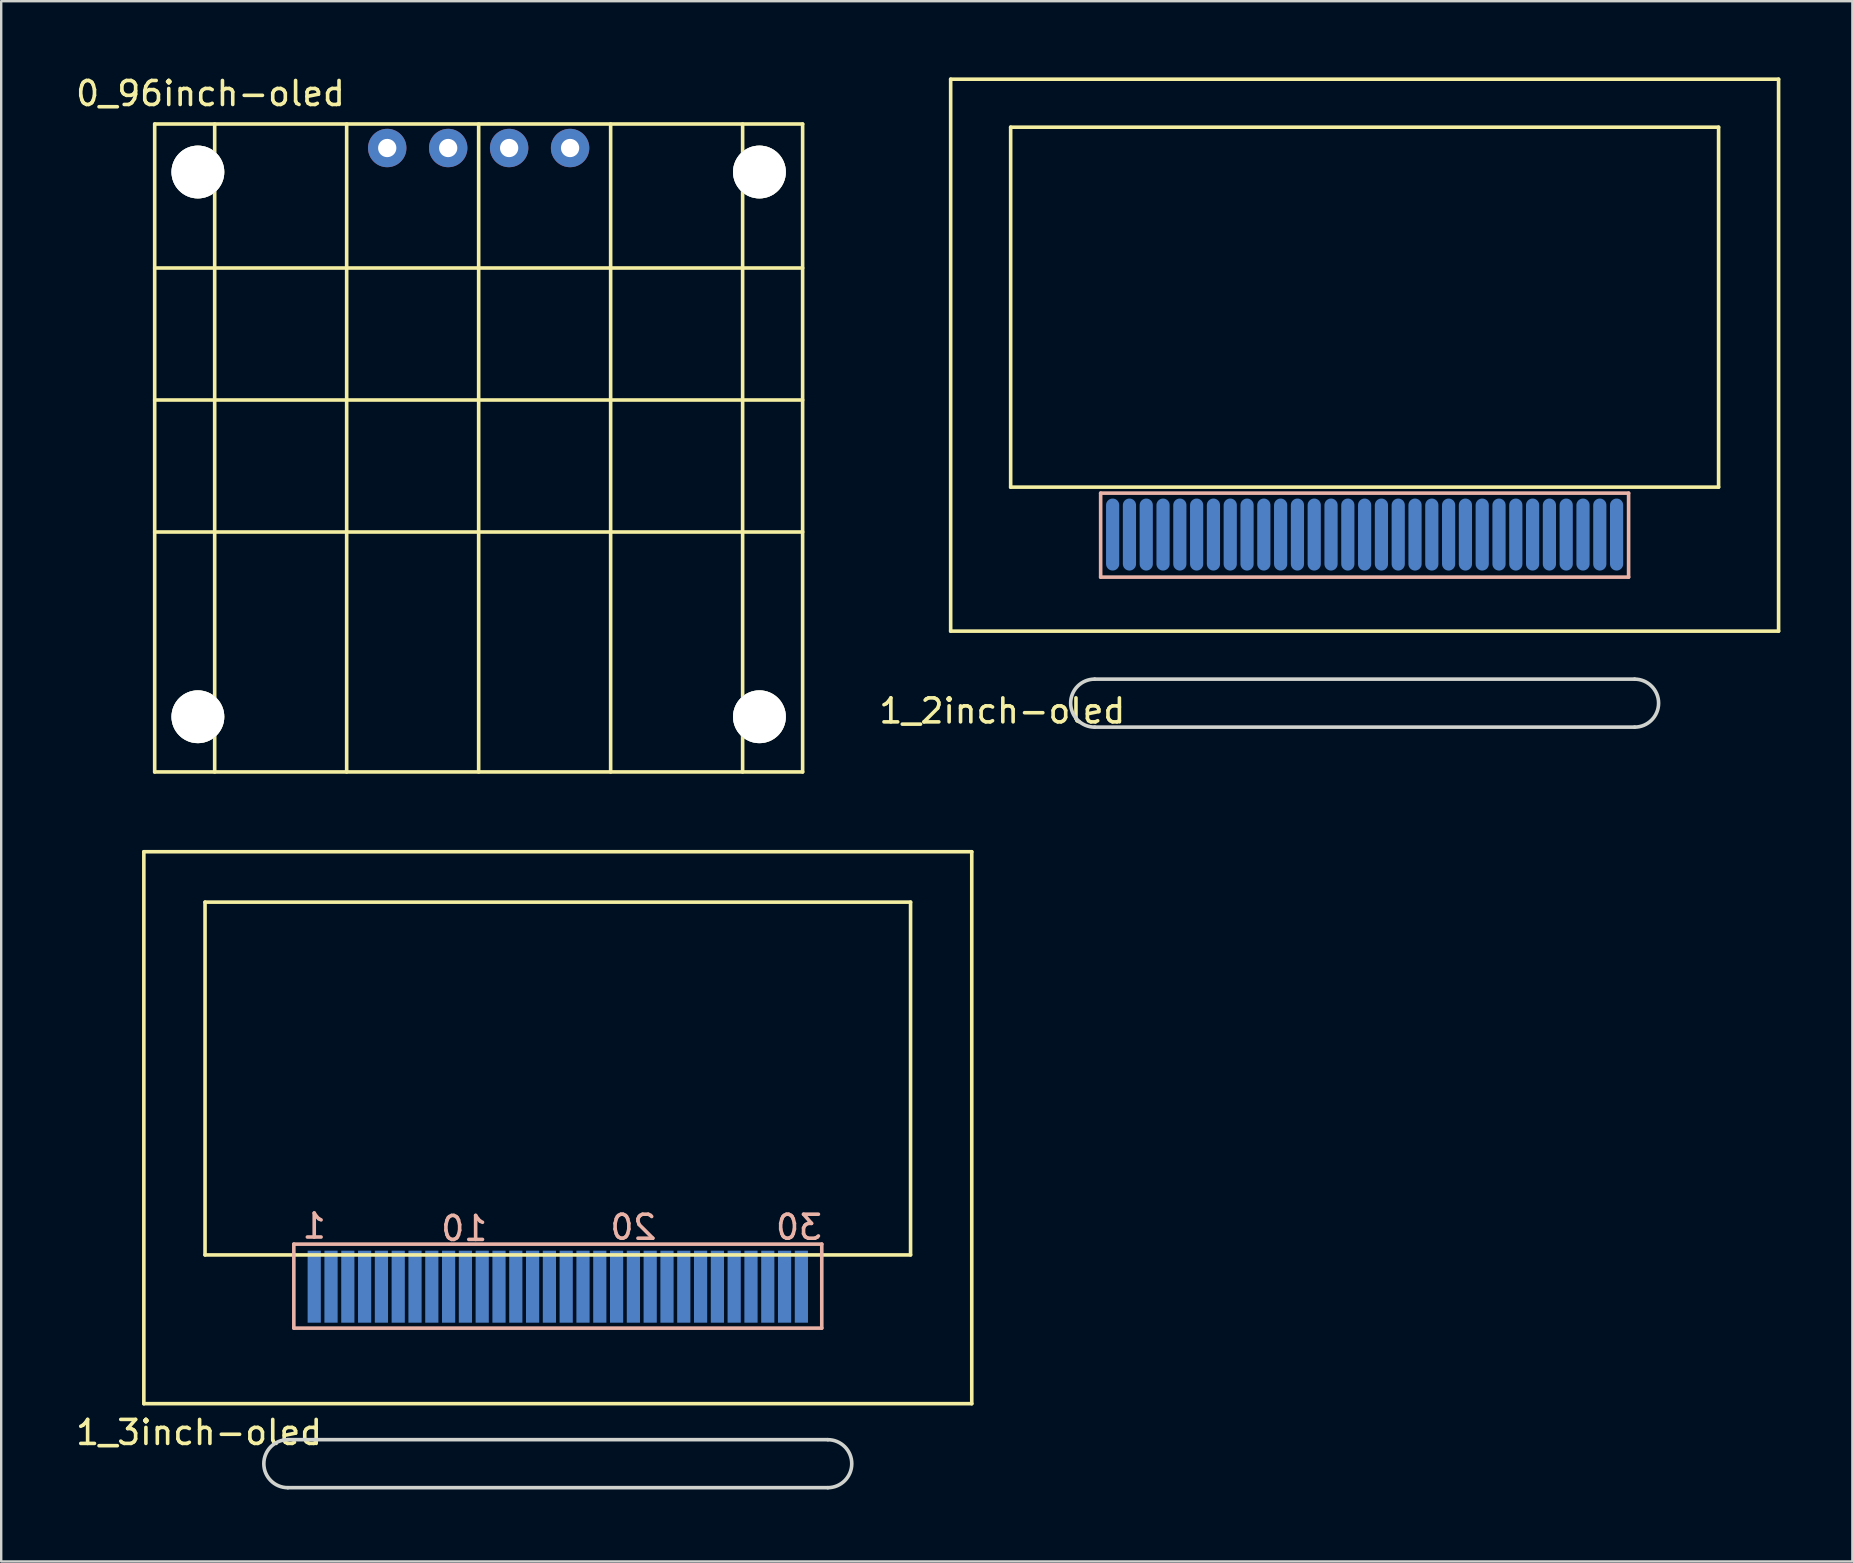
<source format=kicad_pcb>
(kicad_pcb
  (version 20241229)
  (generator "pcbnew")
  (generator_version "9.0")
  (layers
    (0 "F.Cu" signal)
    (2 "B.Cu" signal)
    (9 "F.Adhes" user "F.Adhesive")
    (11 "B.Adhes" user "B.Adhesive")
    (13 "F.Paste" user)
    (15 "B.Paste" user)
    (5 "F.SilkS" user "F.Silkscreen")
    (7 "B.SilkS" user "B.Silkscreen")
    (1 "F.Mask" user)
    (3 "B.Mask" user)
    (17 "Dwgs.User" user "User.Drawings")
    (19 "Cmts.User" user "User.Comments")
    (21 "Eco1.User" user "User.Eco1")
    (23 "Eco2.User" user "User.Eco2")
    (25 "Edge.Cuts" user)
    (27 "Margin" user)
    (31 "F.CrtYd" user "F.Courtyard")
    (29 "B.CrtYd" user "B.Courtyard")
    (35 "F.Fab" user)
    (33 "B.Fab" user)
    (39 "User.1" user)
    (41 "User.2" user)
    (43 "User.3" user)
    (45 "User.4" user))
  (footprint "0_96inch-oled"
    (layer "F.Cu")
    (at 16.896 2.118)
    (property "Reference" "0_96inch-oled" (at -11.176 -1.27 180) (layer "F.SilkS") (effects (font (size 1 1) (thickness 0.15))))
    (attr through_hole)
    (fp_line (start -13.5 0) (end -13.5 27) (stroke (width 0.15) (type solid)) (layer "F.SilkS"))
    (fp_line (start -13.5 0) (end 13.5 0) (stroke (width 0.15) (type solid)) (layer "F.SilkS"))
    (fp_line (start -13.5 6) (end 13.5 6) (stroke (width 0.15) (type solid)) (layer "F.SilkS"))
    (fp_line (start -13.5 11.5) (end 13.5 11.5) (stroke (width 0.15) (type solid)) (layer "F.SilkS"))
    (fp_line (start -13.5 17) (end 13.5 17) (stroke (width 0.15) (type solid)) (layer "F.SilkS"))
    (fp_line (start -13.5 27) (end 13.5 27) (stroke (width 0.15) (type solid)) (layer "F.SilkS"))
    (fp_line (start -11 0) (end -11 27) (stroke (width 0.15) (type solid)) (layer "F.SilkS"))
    (fp_line (start -5.5 0) (end -5.5 27) (stroke (width 0.15) (type solid)) (layer "F.SilkS"))
    (fp_line (start 0 0) (end 0 27) (stroke (width 0.15) (type solid)) (layer "F.SilkS"))
    (fp_line (start 5.5 0) (end 5.5 27) (stroke (width 0.15) (type solid)) (layer "F.SilkS"))
    (fp_line (start 11 0) (end 11 27) (stroke (width 0.15) (type solid)) (layer "F.SilkS"))
    (fp_line (start 13.5 0) (end 13.5 27) (stroke (width 0.15) (type solid)) (layer "F.SilkS"))
    (pad "" np_thru_hole circle (at -11.7 2) (size 2.2 2.2) (drill 2.2) (layers "*.Cu" "*.Mask" "F.SilkS" "Dwgs.User"))
    (pad "" np_thru_hole circle (at -11.7 24.7) (size 2.2 2.2) (drill 2.2) (layers "*.Cu" "*.Mask" "F.SilkS" "Dwgs.User"))
    (pad "" np_thru_hole circle (at 11.7 2) (size 2.2 2.2) (drill 2.2) (layers "*.Cu" "*.Mask" "F.SilkS" "Dwgs.User"))
    (pad "" np_thru_hole circle (at 11.7 24.7) (size 2.2 2.2) (drill 2.2) (layers "*.Cu" "*.Mask" "F.SilkS" "Dwgs.User"))
    (pad "1" thru_hole circle (at -3.81 1) (size 1.6 1.6) (drill 0.762) (layers "*.Cu" "*.Mask"))
    (pad "2" thru_hole circle (at -1.27 1) (size 1.6 1.6) (drill 0.762) (layers "*.Cu" "*.Mask"))
    (pad "3" thru_hole circle (at 1.27 1) (size 1.6 1.6) (drill 0.762) (layers "*.Cu" "*.Mask"))
    (pad "4" thru_hole circle (at 3.81 1) (size 1.6 1.6) (drill 0.762) (layers "*.Cu" "*.Mask")))
  (footprint "1_3inch-oled"
    (layer "F.Cu")
    (at 2.944 32.443)
    (property "Reference" "1_3inch-oled" (at 2.3 24.2 0) (layer "F.SilkS") (effects (font (size 1 1) (thickness 0.15))))
    (attr through_hole)
    (fp_line (start 0 0) (end 34.5 0) (stroke (width 0.15) (type solid)) (layer "F.SilkS"))
    (fp_line (start 0 23) (end 0 0) (stroke (width 0.15) (type solid)) (layer "F.SilkS"))
    (fp_line (start 2.55 2.1) (end 31.95 2.1) (stroke (width 0.15) (type solid)) (layer "F.SilkS"))
    (fp_line (start 2.55 16.8) (end 2.55 2.1) (stroke (width 0.15) (type solid)) (layer "F.SilkS"))
    (fp_line (start 2.55 16.8) (end 31.95 16.8) (stroke (width 0.15) (type solid)) (layer "F.SilkS"))
    (fp_line (start 31.95 2.1) (end 31.95 16.8) (stroke (width 0.15) (type solid)) (layer "F.SilkS"))
    (fp_line (start 34.5 0) (end 34.5 23) (stroke (width 0.15) (type solid)) (layer "F.SilkS"))
    (fp_line (start 34.5 23) (end 0 23) (stroke (width 0.15) (type solid)) (layer "F.SilkS"))
    (fp_line (start 6.25 16.35) (end 6.25 19.85) (stroke (width 0.15) (type solid)) (layer "B.SilkS"))
    (fp_line (start 6.25 16.35) (end 28.25 16.35) (stroke (width 0.15) (type solid)) (layer "B.SilkS"))
    (fp_line (start 28.25 16.35) (end 28.25 19.85) (stroke (width 0.15) (type solid)) (layer "B.SilkS"))
    (fp_line (start 28.25 19.85) (end 6.25 19.85) (stroke (width 0.15) (type solid)) (layer "B.SilkS"))
    (fp_line (start 6 24.5) (end 28.5 24.5) (stroke (width 0.15) (type solid)) (layer "Edge.Cuts"))
    (fp_line (start 28.5 26.5) (end 6 26.5) (stroke (width 0.15) (type solid)) (layer "Edge.Cuts"))
    (fp_arc (start 6 26.5) (mid 5 25.5) (end 6 24.5) (stroke (width 0.15) (type solid)) (layer "Edge.Cuts"))
    (fp_arc (start 28.5 24.5) (mid 29.5 25.5) (end 28.5 26.5) (stroke (width 0.15) (type solid)) (layer "Edge.Cuts"))
    (fp_text user "30" (at 27.3 15.65 0) (layer "B.SilkS") (effects (font (size 1 1) (thickness 0.15)) (justify mirror)))
    (fp_text user "1" (at 7.1 15.6 0) (layer "B.SilkS") (effects (font (size 1 1) (thickness 0.15)) (justify mirror)))
    (fp_text user "10" (at 13.35 15.7 0) (layer "B.SilkS") (effects (font (size 1 1) (thickness 0.15)) (justify mirror)))
    (fp_text user "20" (at 20.4 15.65 0) (layer "B.SilkS") (effects (font (size 1 1) (thickness 0.15)) (justify mirror)))
    (pad "1" smd rect (at 7.1 18.125) (size 0.55 3) (layers "B.Cu" "B.Mask" "B.Paste"))
    (pad "2" smd rect (at 7.8 18.125) (size 0.55 3) (layers "B.Cu" "B.Mask" "B.Paste"))
    (pad "3" smd rect (at 8.5 18.125) (size 0.55 3) (layers "B.Cu" "B.Mask" "B.Paste"))
    (pad "4" smd rect (at 9.2 18.125) (size 0.55 3) (layers "B.Cu" "B.Mask" "B.Paste"))
    (pad "5" smd rect (at 9.9 18.125) (size 0.55 3) (layers "B.Cu" "B.Mask" "B.Paste"))
    (pad "6" smd rect (at 10.6 18.125) (size 0.55 3) (layers "B.Cu" "B.Mask" "B.Paste"))
    (pad "7" smd rect (at 11.3 18.125) (size 0.55 3) (layers "B.Cu" "B.Mask" "B.Paste"))
    (pad "8" smd rect (at 12 18.125) (size 0.55 3) (layers "B.Cu" "B.Mask" "B.Paste"))
    (pad "9" smd rect (at 12.7 18.125) (size 0.55 3) (layers "B.Cu" "B.Mask" "B.Paste"))
    (pad "10" smd rect (at 13.4 18.125) (size 0.55 3) (layers "B.Cu" "B.Mask" "B.Paste"))
    (pad "11" smd rect (at 14.1 18.125) (size 0.55 3) (layers "B.Cu" "B.Mask" "B.Paste"))
    (pad "12" smd rect (at 14.8 18.125) (size 0.55 3) (layers "B.Cu" "B.Mask" "B.Paste"))
    (pad "13" smd rect (at 15.5 18.125) (size 0.55 3) (layers "B.Cu" "B.Mask" "B.Paste"))
    (pad "14" smd rect (at 16.2 18.125) (size 0.55 3) (layers "B.Cu" "B.Mask" "B.Paste"))
    (pad "15" smd rect (at 16.9 18.125) (size 0.55 3) (layers "B.Cu" "B.Mask" "B.Paste"))
    (pad "16" smd rect (at 17.6 18.125) (size 0.55 3) (layers "B.Cu" "B.Mask" "B.Paste"))
    (pad "17" smd rect (at 18.3 18.125) (size 0.55 3) (layers "B.Cu" "B.Mask" "B.Paste"))
    (pad "18" smd rect (at 19 18.125) (size 0.55 3) (layers "B.Cu" "B.Mask" "B.Paste"))
    (pad "19" smd rect (at 19.7 18.125) (size 0.55 3) (layers "B.Cu" "B.Mask" "B.Paste"))
    (pad "20" smd rect (at 20.4 18.125) (size 0.55 3) (layers "B.Cu" "B.Mask" "B.Paste"))
    (pad "21" smd rect (at 21.1 18.125) (size 0.55 3) (layers "B.Cu" "B.Mask" "B.Paste"))
    (pad "22" smd rect (at 21.8 18.125) (size 0.55 3) (layers "B.Cu" "B.Mask" "B.Paste"))
    (pad "23" smd rect (at 22.5 18.125) (size 0.55 3) (layers "B.Cu" "B.Mask" "B.Paste"))
    (pad "24" smd rect (at 23.2 18.125) (size 0.55 3) (layers "B.Cu" "B.Mask" "B.Paste"))
    (pad "25" smd rect (at 23.9 18.125) (size 0.55 3) (layers "B.Cu" "B.Mask" "B.Paste"))
    (pad "26" smd rect (at 24.6 18.125) (size 0.55 3) (layers "B.Cu" "B.Mask" "B.Paste"))
    (pad "27" smd rect (at 25.3 18.125) (size 0.55 3) (layers "B.Cu" "B.Mask" "B.Paste"))
    (pad "28" smd rect (at 26 18.125) (size 0.55 3) (layers "B.Cu" "B.Mask" "B.Paste"))
    (pad "29" smd rect (at 26.7 18.125) (size 0.55 3) (layers "B.Cu" "B.Mask" "B.Paste"))
    (pad "30" smd rect (at 27.4 18.125) (size 0.55 3) (layers "B.Cu" "B.Mask" "B.Paste")))
  (footprint "1_2inch-oled"
    (layer "F.Cu")
    (at 36.565 0.25)
    (property "Reference" "1_2inch-oled" (at 2.15 26.325 0) (layer "F.SilkS") (effects (font (size 1 1) (thickness 0.15))))
    (attr through_hole)
    (fp_line (start 0 0) (end 34.5 0) (stroke (width 0.15) (type solid)) (layer "F.SilkS"))
    (fp_line (start 0 23) (end 0 0) (stroke (width 0.15) (type solid)) (layer "F.SilkS"))
    (fp_line (start 2.5 2) (end 32 2) (stroke (width 0.15) (type solid)) (layer "F.SilkS"))
    (fp_line (start 2.5 17) (end 2.5 2) (stroke (width 0.15) (type solid)) (layer "F.SilkS"))
    (fp_line (start 2.5 17) (end 32 17) (stroke (width 0.15) (type solid)) (layer "F.SilkS"))
    (fp_line (start 32 2) (end 32 17) (stroke (width 0.15) (type solid)) (layer "F.SilkS"))
    (fp_line (start 34.5 0) (end 34.5 23) (stroke (width 0.15) (type solid)) (layer "F.SilkS"))
    (fp_line (start 34.5 23) (end 0 23) (stroke (width 0.15) (type solid)) (layer "F.SilkS"))
    (fp_line (start 6.25 17.25) (end 6.25 20.75) (stroke (width 0.15) (type solid)) (layer "B.SilkS"))
    (fp_line (start 6.25 17.25) (end 28.25 17.25) (stroke (width 0.15) (type solid)) (layer "B.SilkS"))
    (fp_line (start 28.25 17.25) (end 28.25 20.75) (stroke (width 0.15) (type solid)) (layer "B.SilkS"))
    (fp_line (start 28.25 20.75) (end 6.25 20.75) (stroke (width 0.15) (type solid)) (layer "B.SilkS"))
    (fp_line (start 6 25) (end 28.5 25) (stroke (width 0.15) (type solid)) (layer "Edge.Cuts"))
    (fp_line (start 28.5 27) (end 6 27) (stroke (width 0.15) (type solid)) (layer "Edge.Cuts"))
    (fp_arc (start 6 27) (mid 5 26) (end 6 25) (stroke (width 0.15) (type solid)) (layer "Edge.Cuts"))
    (fp_arc (start 28.5 25) (mid 29.5 26) (end 28.5 27) (stroke (width 0.15) (type solid)) (layer "Edge.Cuts"))
    (pad "1" smd oval (at 6.75 18.975) (size 0.55 3) (layers "F.Mask" "B.Cu" "F.Paste"))
    (pad "2" smd oval (at 7.45 18.975) (size 0.55 3) (layers "F.Mask" "B.Cu" "F.Paste"))
    (pad "3" smd oval (at 8.15 18.975) (size 0.55 3) (layers "F.Mask" "B.Cu" "F.Paste"))
    (pad "4" smd oval (at 8.85 18.975) (size 0.55 3) (layers "F.Mask" "B.Cu" "F.Paste"))
    (pad "5" smd oval (at 9.55 18.975) (size 0.55 3) (layers "F.Mask" "B.Cu" "F.Paste"))
    (pad "6" smd oval (at 10.25 18.975) (size 0.55 3) (layers "F.Mask" "B.Cu" "F.Paste"))
    (pad "7" smd oval (at 10.95 18.975) (size 0.55 3) (layers "F.Mask" "B.Cu" "F.Paste"))
    (pad "8" smd oval (at 11.65 18.975) (size 0.55 3) (layers "F.Mask" "B.Cu" "F.Paste"))
    (pad "8" smd oval (at 12.35 18.975) (size 0.55 3) (layers "F.Mask" "B.Cu" "F.Paste"))
    (pad "9" smd oval (at 13.05 18.975) (size 0.55 3) (layers "F.Mask" "B.Cu" "F.Paste"))
    (pad "10" smd oval (at 13.75 18.975) (size 0.55 3) (layers "F.Mask" "B.Cu" "F.Paste"))
    (pad "11" smd oval (at 14.45 18.975) (size 0.55 3) (layers "F.Mask" "B.Cu" "F.Paste"))
    (pad "12" smd oval (at 15.15 18.975) (size 0.55 3) (layers "F.Mask" "B.Cu" "F.Paste"))
    (pad "13" smd oval (at 15.85 18.975) (size 0.55 3) (layers "F.Mask" "B.Cu" "F.Paste"))
    (pad "14" smd oval (at 16.55 18.975) (size 0.55 3) (layers "F.Mask" "B.Cu" "F.Paste"))
    (pad "15" smd oval (at 17.25 18.975) (size 0.55 3) (layers "F.Mask" "B.Cu" "F.Paste"))
    (pad "16" smd oval (at 17.95 18.975) (size 0.55 3) (layers "F.Mask" "B.Cu" "F.Paste"))
    (pad "17" smd oval (at 18.65 18.975) (size 0.55 3) (layers "F.Mask" "B.Cu" "F.Paste"))
    (pad "18" smd oval (at 19.35 18.975) (size 0.55 3) (layers "F.Mask" "B.Cu" "F.Paste"))
    (pad "19" smd oval (at 20.05 18.975) (size 0.55 3) (layers "F.Mask" "B.Cu" "F.Paste"))
    (pad "20" smd oval (at 20.75 18.975) (size 0.55 3) (layers "F.Mask" "B.Cu" "F.Paste"))
    (pad "21" smd oval (at 21.45 18.975) (size 0.55 3) (layers "F.Mask" "B.Cu" "F.Paste"))
    (pad "22" smd oval (at 22.15 18.975) (size 0.55 3) (layers "F.Mask" "B.Cu" "F.Paste"))
    (pad "23" smd oval (at 22.85 18.975) (size 0.55 3) (layers "F.Mask" "B.Cu" "F.Paste"))
    (pad "24" smd oval (at 23.55 18.975) (size 0.55 3) (layers "F.Mask" "B.Cu" "F.Paste"))
    (pad "25" smd oval (at 24.25 18.975) (size 0.55 3) (layers "F.Mask" "B.Cu" "F.Paste"))
    (pad "26" smd oval (at 24.95 18.975) (size 0.55 3) (layers "F.Mask" "B.Cu" "F.Paste"))
    (pad "27" smd oval (at 25.65 18.975) (size 0.55 3) (layers "F.Mask" "B.Cu" "F.Paste"))
    (pad "28" smd oval (at 26.35 18.975) (size 0.55 3) (layers "F.Mask" "B.Cu" "F.Paste"))
    (pad "29" smd oval (at 27.05 18.975) (size 0.55 3) (layers "F.Mask" "B.Cu" "F.Paste"))
    (pad "30" smd oval (at 27.75 18.975) (size 0.55 3) (layers "F.Mask" "B.Cu" "F.Paste")))
  (gr_rect
    (start -3 -3)
    (end 74.14 62.018)
    (stroke (width 0.1) (type default))
    (fill no)
    (layer "Edge.Cuts")))
</source>
